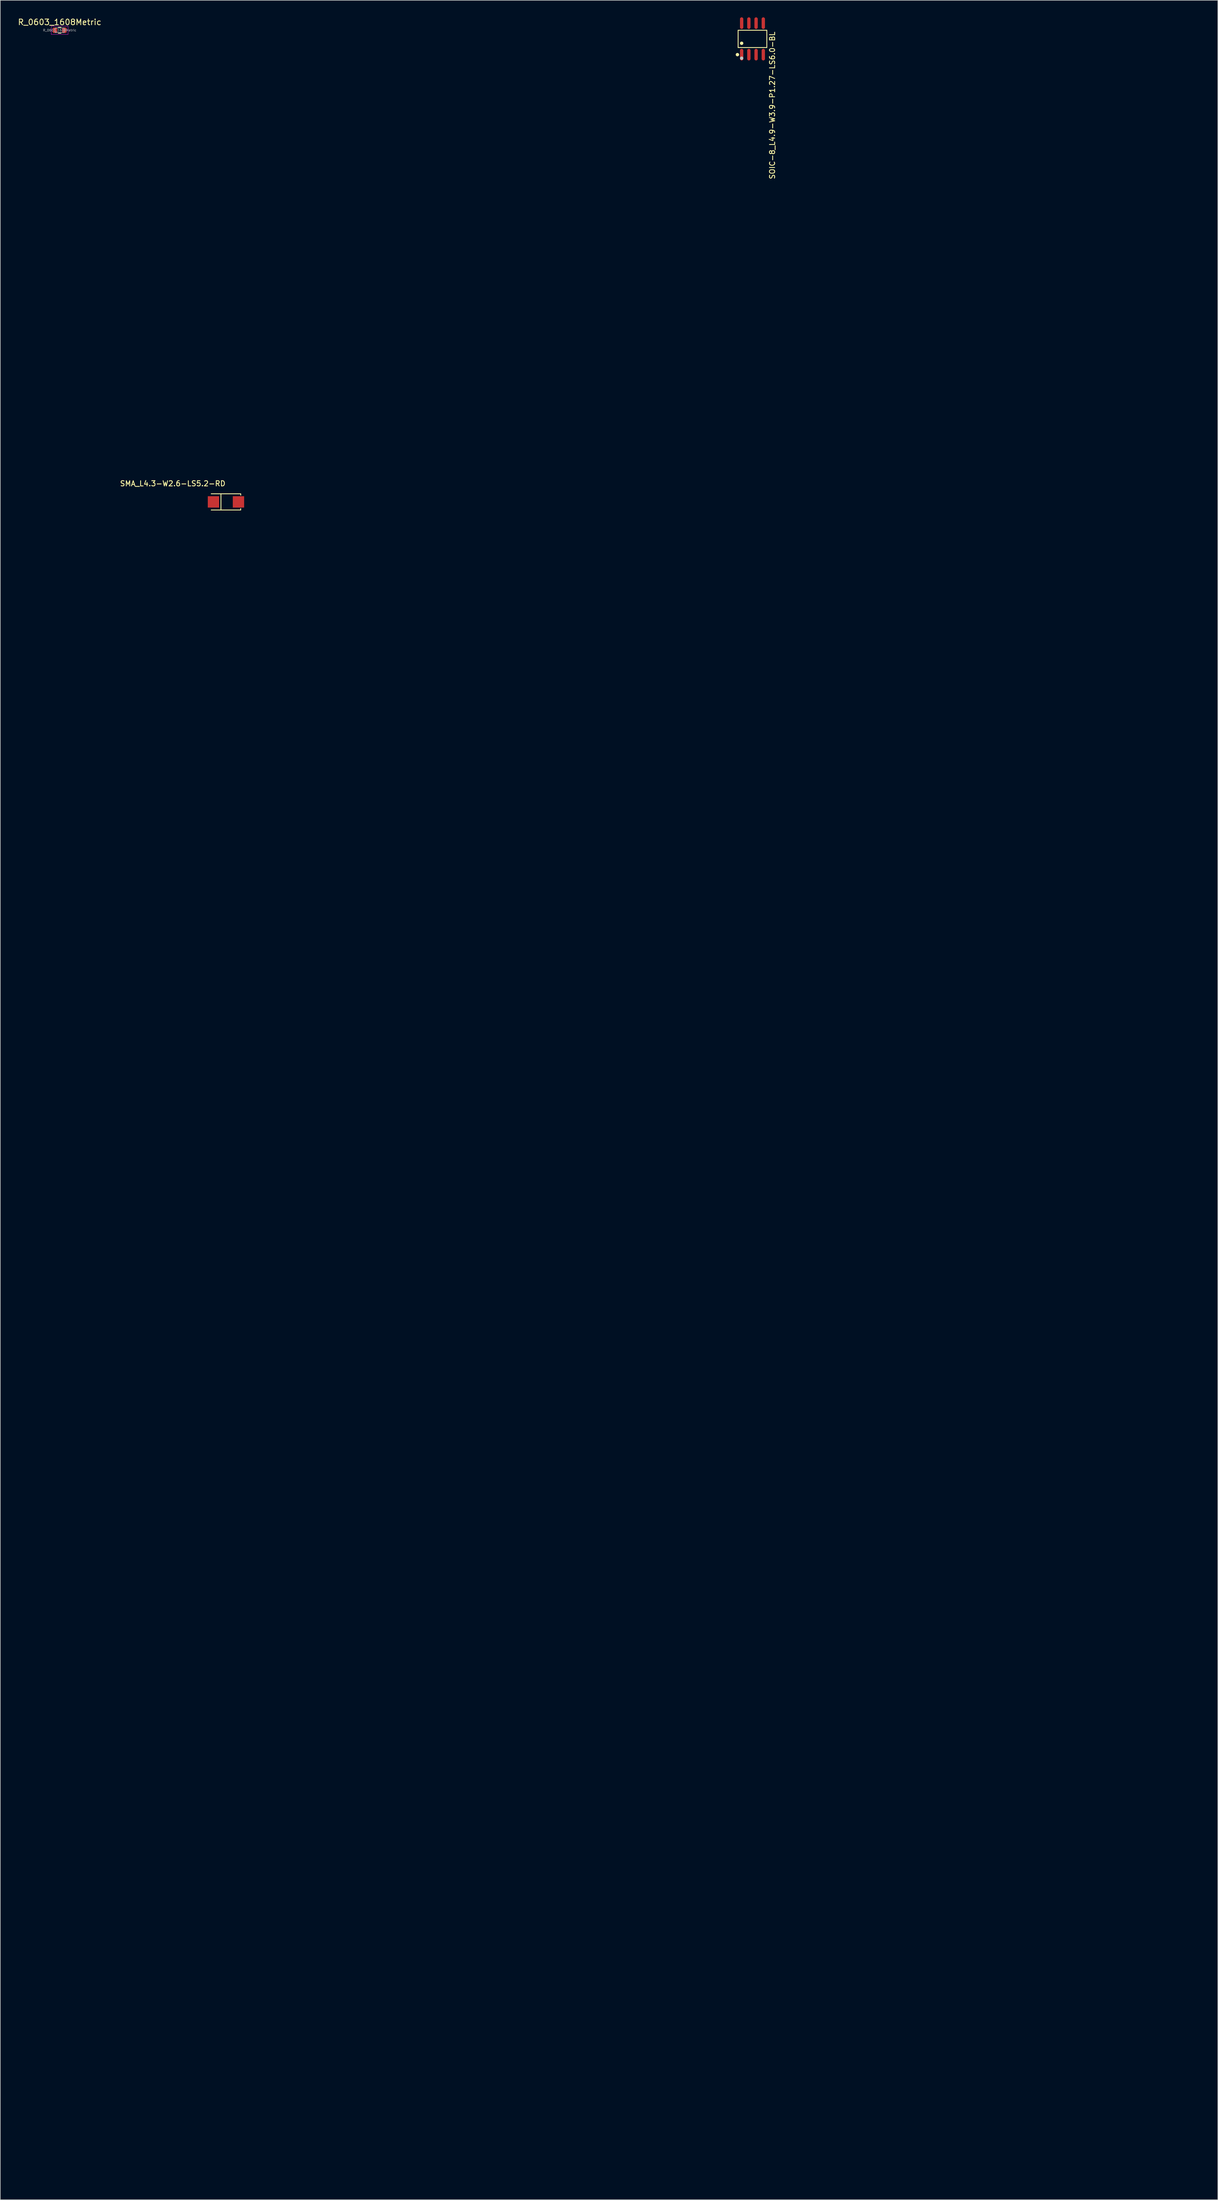
<source format=kicad_pcb>
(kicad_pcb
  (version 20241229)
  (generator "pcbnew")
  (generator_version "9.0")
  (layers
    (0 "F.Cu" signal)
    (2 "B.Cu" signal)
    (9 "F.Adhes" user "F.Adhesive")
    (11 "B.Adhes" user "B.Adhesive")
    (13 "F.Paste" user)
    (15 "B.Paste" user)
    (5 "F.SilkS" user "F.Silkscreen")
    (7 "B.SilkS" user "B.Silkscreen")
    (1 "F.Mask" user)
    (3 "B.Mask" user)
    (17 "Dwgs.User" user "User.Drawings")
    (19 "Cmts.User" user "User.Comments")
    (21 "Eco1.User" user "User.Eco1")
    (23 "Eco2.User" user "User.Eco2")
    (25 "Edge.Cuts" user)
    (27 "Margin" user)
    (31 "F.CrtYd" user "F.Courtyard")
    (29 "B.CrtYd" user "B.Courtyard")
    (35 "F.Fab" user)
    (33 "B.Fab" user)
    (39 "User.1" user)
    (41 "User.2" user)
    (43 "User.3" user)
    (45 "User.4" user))
  (footprint "R_0603_1608Metric"
    (layer "F.Cu")
    (at 7.458 2.278)
    (property "Reference" "R_0603_1608Metric" (at 0 -1.43 0) (layer "F.SilkS") (effects (font (size 1 1) (thickness 0.15))))
    (attr smd)
    (fp_line (start -0.237 -0.522) (end 0.237 -0.522) (stroke (width 0.12) (type solid)) (layer "F.SilkS"))
    (fp_line (start -0.237 0.522) (end 0.237 0.522) (stroke (width 0.12) (type solid)) (layer "F.SilkS"))
    (fp_line (start -1.48 -0.73) (end 1.48 -0.73) (stroke (width 0.05) (type solid)) (layer "F.CrtYd"))
    (fp_line (start -1.48 0.73) (end -1.48 -0.73) (stroke (width 0.05) (type solid)) (layer "F.CrtYd"))
    (fp_line (start 1.48 -0.73) (end 1.48 0.73) (stroke (width 0.05) (type solid)) (layer "F.CrtYd"))
    (fp_line (start 1.48 0.73) (end -1.48 0.73) (stroke (width 0.05) (type solid)) (layer "F.CrtYd"))
    (fp_line (start -0.8 -0.412) (end 0.8 -0.412) (stroke (width 0.1) (type solid)) (layer "F.Fab"))
    (fp_line (start -0.8 0.412) (end -0.8 -0.412) (stroke (width 0.1) (type solid)) (layer "F.Fab"))
    (fp_line (start 0.8 -0.412) (end 0.8 0.412) (stroke (width 0.1) (type solid)) (layer "F.Fab"))
    (fp_line (start 0.8 0.412) (end -0.8 0.412) (stroke (width 0.1) (type solid)) (layer "F.Fab"))
    (fp_text user "${REFERENCE}" (at 0 0 0) (layer "F.Fab") (effects (font (size 0.4 0.4) (thickness 0.06))))
    (pad "1" smd roundrect (at -0.825 0 180) (size 0.8 0.95) (layers "F.Cu" "F.Mask" "F.Paste") (roundrect_rratio 0.25))
    (pad "2" smd roundrect (at 0.825 0 180) (size 0.8 0.95) (layers "F.Cu" "F.Mask" "F.Paste") (roundrect_rratio 0.25)))
  (footprint "SOIC-8_L4.9-W3.9-P1.27-LS6.0-BL"
    (layer "F.Cu")
    (at 129.453 3.795)
    (property "Reference" "SOIC-8_L4.9-W3.9-P1.27-LS6.0-BL" (at 4.025 -1.36 270) (layer "F.SilkS") (effects (font (size 0.914 0.914) (thickness 0.152)) (justify right bottom)))
    (fp_line (start -2.526 -1.521) (end 2.526 -1.521) (stroke (width 0.152) (type default)) (layer "F.SilkS"))
    (fp_line (start -2.526 1.521) (end -2.526 -1.521) (stroke (width 0.152) (type default)) (layer "F.SilkS"))
    (fp_line (start 2.526 -1.521) (end 2.526 1.521) (stroke (width 0.152) (type default)) (layer "F.SilkS"))
    (fp_line (start 2.526 1.521) (end -2.526 1.521) (stroke (width 0.152) (type default)) (layer "F.SilkS"))
    (fp_circle (center -2.651 2.772) (end -2.501 2.772) (stroke (width 0.3) (type default)) (fill no) (layer "F.SilkS"))
    (fp_circle (center -1.905 0.769) (end -1.755 0.769) (stroke (width 0.3) (type default)) (fill no) (layer "F.SilkS"))
    (fp_circle (center -1.905 3.4) (end -1.755 3.4) (stroke (width 0.3) (type default)) (fill no) (layer "Dwgs.User"))
    (fp_circle (center -2.45 3) (end -2.42 3) (stroke (width 0.06) (type default)) (fill no) (layer "User.5"))
    (pad "1" smd oval (at -1.905 2.772) (size 0.588 2.045) (layers "F.Cu" "F.Mask" "F.Paste"))
    (pad "2" smd oval (at -0.635 2.772) (size 0.588 2.045) (layers "F.Cu" "F.Mask" "F.Paste"))
    (pad "3" smd oval (at 0.635 2.772) (size 0.588 2.045) (layers "F.Cu" "F.Mask" "F.Paste"))
    (pad "4" smd oval (at 1.905 2.772) (size 0.588 2.045) (layers "F.Cu" "F.Mask" "F.Paste"))
    (pad "5" smd oval (at 1.905 -2.772) (size 0.588 2.045) (layers "F.Cu" "F.Mask" "F.Paste"))
    (pad "6" smd oval (at 0.635 -2.772) (size 0.588 2.045) (layers "F.Cu" "F.Mask" "F.Paste"))
    (pad "7" smd oval (at -0.635 -2.772) (size 0.588 2.045) (layers "F.Cu" "F.Mask" "F.Paste"))
    (pad "8" smd oval (at -1.905 -2.772) (size 0.588 2.045) (layers "F.Cu" "F.Mask" "F.Paste"))
    (zone (net_name "") (layer "User.3") (hatch edge 0.5) (priority 100) (connect_pads yes) (min_thickness 0) (filled_areas_thickness no) (fill yes) (polygon (pts (xy 203.493 380.055) (xy 203.493 376.155) (xy 208.393 376.155) (xy 208.393 380.055))) (filled_polygon (layer "User.3") (island) (pts (xy 203.493 380.055) (xy 203.493 376.155) (xy 208.393 376.155) (xy 208.393 380.055))))
    (zone (net_name "") (layer "User.4") (hatch edge 0.5) (priority 100) (connect_pads yes) (min_thickness 0) (filled_areas_thickness no) (fill yes) (polygon (pts (xy 203.828 375.105) (xy 203.828 375.94) (xy 204.248 375.94) (xy 204.248 375.105))) (filled_polygon (layer "User.4") (island) (pts (xy 203.828 375.105) (xy 203.828 375.94) (xy 204.248 375.94) (xy 204.248 375.105))))
    (zone (net_name "") (layer "User.4") (hatch edge 0.5) (priority 100) (connect_pads) (min_thickness 0) (filled_areas_thickness no) (keepout (tracks allowed) (vias allowed) (pads allowed) (copperpour not_allowed) (footprints allowed)) (placement (enabled no)) (fill) (polygon (pts (xy 203.828 375.93) (xy 203.828 376.165) (xy 204.248 376.165) (xy 204.248 375.93))))
    (zone (net_name "") (layer "User.4") (hatch edge 0.5) (priority 100) (connect_pads) (min_thickness 0) (filled_areas_thickness no) (keepout (tracks allowed) (vias allowed) (pads allowed) (copperpour not_allowed) (footprints allowed)) (placement (enabled no)) (fill) (polygon (pts (xy 203.828 380.28) (xy 203.828 380.045) (xy 204.248 380.045) (xy 204.248 380.28))))
    (zone (net_name "") (layer "User.4") (hatch edge 0.5) (priority 100) (connect_pads yes) (min_thickness 0) (filled_areas_thickness no) (fill yes) (polygon (pts (xy 203.828 381.105) (xy 203.828 380.27) (xy 204.248 380.27) (xy 204.248 381.105))) (filled_polygon (layer "User.4") (island) (pts (xy 203.828 381.105) (xy 203.828 380.27) (xy 204.248 380.27) (xy 204.248 381.105))))
    (zone (net_name "") (layer "User.4") (hatch edge 0.5) (priority 100) (connect_pads yes) (min_thickness 0) (filled_areas_thickness no) (fill yes) (polygon (pts (xy 205.098 375.105) (xy 205.098 375.94) (xy 205.518 375.94) (xy 205.518 375.105))) (filled_polygon (layer "User.4") (island) (pts (xy 205.098 375.105) (xy 205.098 375.94) (xy 205.518 375.94) (xy 205.518 375.105))))
    (zone (net_name "") (layer "User.4") (hatch edge 0.5) (priority 100) (connect_pads) (min_thickness 0) (filled_areas_thickness no) (keepout (tracks allowed) (vias allowed) (pads allowed) (copperpour not_allowed) (footprints allowed)) (placement (enabled no)) (fill) (polygon (pts (xy 205.098 375.93) (xy 205.098 376.165) (xy 205.518 376.165) (xy 205.518 375.93))))
    (zone (net_name "") (layer "User.4") (hatch edge 0.5) (priority 100) (connect_pads) (min_thickness 0) (filled_areas_thickness no) (keepout (tracks allowed) (vias allowed) (pads allowed) (copperpour not_allowed) (footprints allowed)) (placement (enabled no)) (fill) (polygon (pts (xy 205.098 380.28) (xy 205.098 380.045) (xy 205.518 380.045) (xy 205.518 380.28))))
    (zone (net_name "") (layer "User.4") (hatch edge 0.5) (priority 100) (connect_pads yes) (min_thickness 0) (filled_areas_thickness no) (fill yes) (polygon (pts (xy 205.098 381.105) (xy 205.098 380.27) (xy 205.518 380.27) (xy 205.518 381.105))) (filled_polygon (layer "User.4") (island) (pts (xy 205.098 381.105) (xy 205.098 380.27) (xy 205.518 380.27) (xy 205.518 381.105))))
    (zone (net_name "") (layer "User.4") (hatch edge 0.5) (priority 100) (connect_pads yes) (min_thickness 0) (filled_areas_thickness no) (fill yes) (polygon (pts (xy 206.368 375.105) (xy 206.368 375.94) (xy 206.788 375.94) (xy 206.788 375.105))) (filled_polygon (layer "User.4") (island) (pts (xy 206.368 375.105) (xy 206.368 375.94) (xy 206.788 375.94) (xy 206.788 375.105))))
    (zone (net_name "") (layer "User.4") (hatch edge 0.5) (priority 100) (connect_pads) (min_thickness 0) (filled_areas_thickness no) (keepout (tracks allowed) (vias allowed) (pads allowed) (copperpour not_allowed) (footprints allowed)) (placement (enabled no)) (fill) (polygon (pts (xy 206.368 375.93) (xy 206.368 376.165) (xy 206.788 376.165) (xy 206.788 375.93))))
    (zone (net_name "") (layer "User.4") (hatch edge 0.5) (priority 100) (connect_pads) (min_thickness 0) (filled_areas_thickness no) (keepout (tracks allowed) (vias allowed) (pads allowed) (copperpour not_allowed) (footprints allowed)) (placement (enabled no)) (fill) (polygon (pts (xy 206.368 380.28) (xy 206.368 380.045) (xy 206.788 380.045) (xy 206.788 380.28))))
    (zone (net_name "") (layer "User.4") (hatch edge 0.5) (priority 100) (connect_pads yes) (min_thickness 0) (filled_areas_thickness no) (fill yes) (polygon (pts (xy 206.368 381.105) (xy 206.368 380.27) (xy 206.788 380.27) (xy 206.788 381.105))) (filled_polygon (layer "User.4") (island) (pts (xy 206.368 381.105) (xy 206.368 380.27) (xy 206.788 380.27) (xy 206.788 381.105))))
    (zone (net_name "") (layer "User.4") (hatch edge 0.5) (priority 100) (connect_pads yes) (min_thickness 0) (filled_areas_thickness no) (fill yes) (polygon (pts (xy 207.638 375.105) (xy 207.638 375.94) (xy 208.058 375.94) (xy 208.058 375.105))) (filled_polygon (layer "User.4") (island) (pts (xy 207.638 375.105) (xy 207.638 375.94) (xy 208.058 375.94) (xy 208.058 375.105))))
    (zone (net_name "") (layer "User.4") (hatch edge 0.5) (priority 100) (connect_pads) (min_thickness 0) (filled_areas_thickness no) (keepout (tracks allowed) (vias allowed) (pads allowed) (copperpour not_allowed) (footprints allowed)) (placement (enabled no)) (fill) (polygon (pts (xy 207.638 375.93) (xy 207.638 376.165) (xy 208.058 376.165) (xy 208.058 375.93))))
    (zone (net_name "") (layer "User.4") (hatch edge 0.5) (priority 100) (connect_pads) (min_thickness 0) (filled_areas_thickness no) (keepout (tracks allowed) (vias allowed) (pads allowed) (copperpour not_allowed) (footprints allowed)) (placement (enabled no)) (fill) (polygon (pts (xy 207.638 380.28) (xy 207.638 380.045) (xy 208.058 380.045) (xy 208.058 380.28))))
    (zone (net_name "") (layer "User.4") (hatch edge 0.5) (priority 100) (connect_pads yes) (min_thickness 0) (filled_areas_thickness no) (fill yes) (polygon (pts (xy 207.638 381.105) (xy 207.638 380.27) (xy 208.058 380.27) (xy 208.058 381.105))) (filled_polygon (layer "User.4") (island) (pts (xy 207.638 381.105) (xy 207.638 380.27) (xy 208.058 380.27) (xy 208.058 381.105)))))
  (footprint "SMA_L4.3-W2.6-LS5.2-RD"
    (layer "F.Cu")
    (at 36.74 85.283)
    (property "Reference" "SMA_L4.3-W2.6-LS5.2-RD" (at 0 -2.692 0) (layer "F.SilkS") (effects (font (size 0.914 0.914) (thickness 0.152)) (justify right bottom)))
    (fp_line (start -2.596 -1.426) (end 2.596 -1.426) (stroke (width 0.152) (type default)) (layer "F.SilkS"))
    (fp_line (start -2.596 1.426) (end 2.596 1.426) (stroke (width 0.152) (type default)) (layer "F.SilkS"))
    (fp_line (start -0.884 -1.426) (end -0.884 1.426) (stroke (width 0.152) (type default)) (layer "F.SilkS"))
    (fp_line (start 2.593 1.176) (end 2.6 1.415) (stroke (width 0.152) (type default)) (layer "F.SilkS"))
    (fp_line (start 2.596 -1.426) (end 2.603 -1.187) (stroke (width 0.152) (type default)) (layer "F.SilkS"))
    (fp_circle (center -2.605 1.3) (end -2.575 1.3) (stroke (width 0.06) (type default)) (fill no) (layer "User.5"))
    (pad "1" smd rect (at -2.2 0) (size 2 2) (layers "F.Cu" "F.Mask" "F.Paste"))
    (pad "2" smd rect (at 2.2 0) (size 2 2) (layers "F.Cu" "F.Mask" "F.Paste"))
    (zone (net_name "") (layer "F.SilkS") (hatch edge 0.5) (priority 100) (connect_pads yes) (min_thickness 0) (filled_areas_thickness no) (fill) (polygon (pts (xy 123.032 0.407) (xy 123.033 0) (xy 123.493 0.005) (xy 123.489 0.407))) (filled_polygon (layer "F.SilkS") (island) (pts (xy 123.032 0.407) (xy 123.033 0) (xy 123.493 0.005) (xy 123.489 0.407))))
    (zone (net_name "") (layer "F.SilkS") (hatch edge 0.5) (priority 100) (connect_pads yes) (min_thickness 0) (filled_areas_thickness no) (fill) (polygon (pts (xy 123.04 3.005) (xy 123.042 2.598) (xy 123.501 2.603) (xy 123.497 3.005))) (filled_polygon (layer "F.SilkS") (island) (pts (xy 123.04 3.005) (xy 123.042 2.598) (xy 123.501 2.603) (xy 123.497 3.005))))
    (zone (net_name "") (layer "Dwgs.User") (hatch edge 0.5) (priority 100) (connect_pads yes) (min_thickness 0) (filled_areas_thickness no) (fill yes) (polygon (pts (xy 118.23 1.413) (xy 118.23 1.615) (xy 119.04 1.615) (xy 119.04 1.413))) (filled_polygon (layer "Dwgs.User") (island) (pts (xy 118.23 1.413) (xy 118.23 1.615) (xy 119.04 1.615) (xy 119.04 1.413))))
    (zone (net_name "") (layer "Dwgs.User") (hatch edge 0.5) (priority 100) (connect_pads yes) (min_thickness 0) (filled_areas_thickness no) (fill yes) (polygon (pts (xy 118.507 0.828) (xy 118.507 2.178) (xy 118.709 2.178) (xy 118.709 0.828))) (filled_polygon (layer "Dwgs.User") (island) (pts (xy 118.507 0.828) (xy 118.507 2.178) (xy 118.709 2.178) (xy 118.709 0.828))))
    (zone (net_name "") (layer "Dwgs.User") (hatch edge 0.5) (priority 100) (connect_pads yes) (min_thickness 0) (filled_areas_thickness no) (fill yes) (polygon (pts (xy 122.838 1.401) (xy 122.838 1.604) (xy 122.028 1.604) (xy 122.028 1.401))) (filled_polygon (layer "Dwgs.User") (island) (pts (xy 122.838 1.401) (xy 122.838 1.604) (xy 122.028 1.604) (xy 122.028 1.401))))
    (zone (net_name "") (layer "User.3") (hatch edge 0.5) (priority 100) (connect_pads yes) (min_thickness 0) (filled_areas_thickness no) (fill yes) (polygon (pts (xy 122.68 0.203) (xy 122.68 2.803) (xy 118.36 2.803) (xy 118.36 0.203))) (filled_polygon (layer "User.3") (island) (pts (xy 122.68 0.203) (xy 122.68 2.803) (xy 118.36 2.803) (xy 118.36 0.203))))
    (zone (net_name "") (layer "User.4") (hatch edge 0.5) (priority 100) (connect_pads yes) (min_thickness 0) (filled_areas_thickness no) (fill yes) (polygon (pts (xy 117.915 2.228) (xy 117.915 0.777) (xy 119.04 0.777) (xy 119.04 2.228))) (filled_polygon (layer "User.4") (island) (pts (xy 117.915 2.228) (xy 117.915 0.777) (xy 119.04 0.777) (xy 119.04 2.228))))
    (zone (net_name "") (layer "User.4") (hatch edge 0.5) (priority 100) (connect_pads yes) (min_thickness 0) (filled_areas_thickness no) (fill yes) (polygon (pts (xy 122 2.228) (xy 122 0.778) (xy 123.125 0.778) (xy 123.125 2.228))) (filled_polygon (layer "User.4") (island) (pts (xy 122 2.228) (xy 122 0.778) (xy 123.125 0.778) (xy 123.125 2.228)))))
  (gr_rect
    (start -3 -3)
    (end 211.393 384.105)
    (stroke (width 0.1) (type default))
    (fill no)
    (layer "Edge.Cuts")))
</source>
